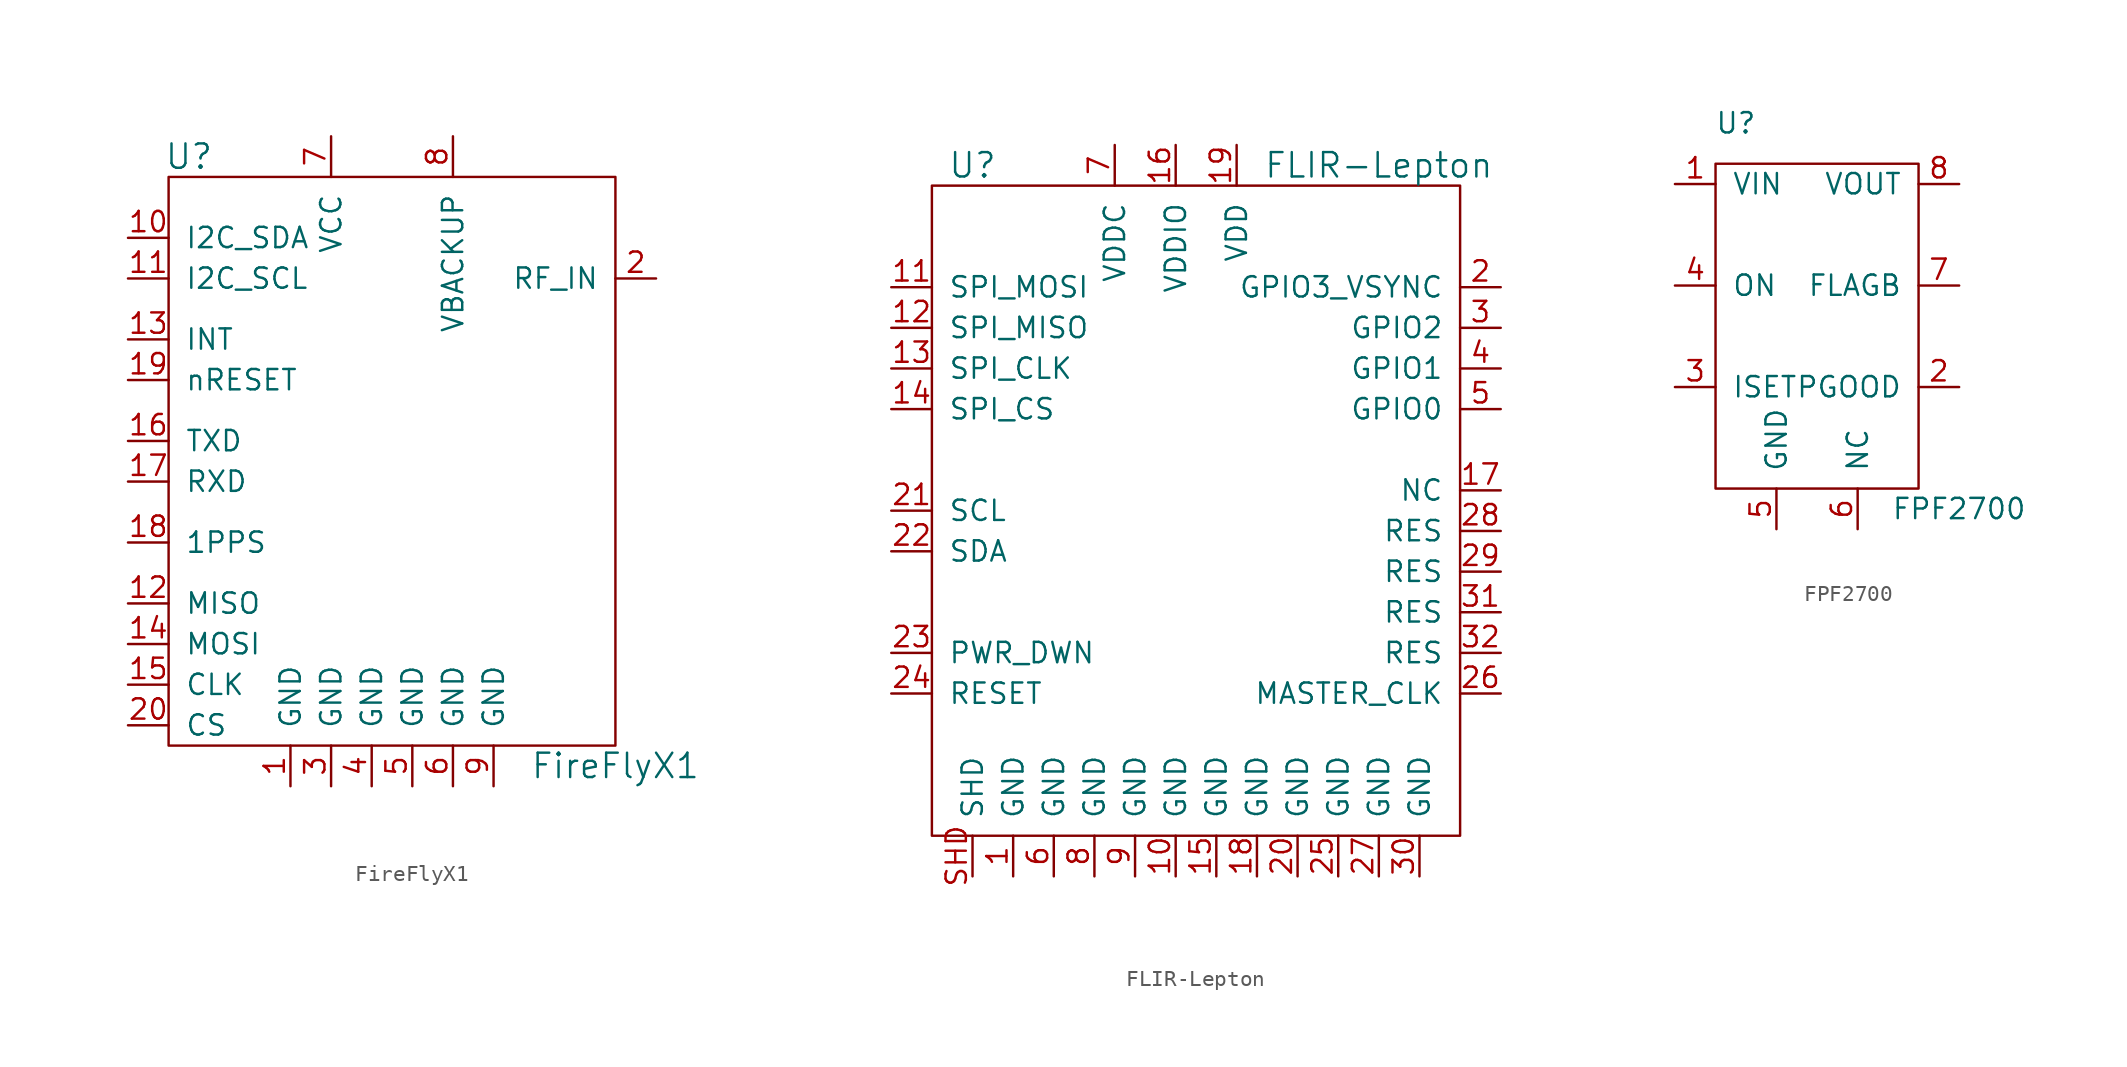
<source format=kicad_sym>
(kicad_symbol_lib
  (version 20210619)
  (generator kicad_symbol_editor)
  (symbol "tinkerforge:FireFlyX1"
    (pin_names
      (offset 1.016))
    (property "Reference" "U"
      (at -12.7 19.05 0)
      (effects (font (size 1.524 1.524))))
    (property "Value" "FireFlyX1"
      (at 13.97 -19.05 0)
      (effects (font (size 1.524 1.524))))
    (property "Footprint" ""
      (at 0 11.43 0)
      (effects (font (size 1.524 1.524))))
    (property "Datasheet" ""
      (at 0 11.43 0)
      (effects (font (size 1.524 1.524))))
    (symbol "FireFlyX1_0_1"
      (rectangle (start -13.97 17.78) (end 13.97 -17.78) (stroke (width 0)) (fill (type none))))
    (symbol "FireFlyX1_1_1"
      (pin passive line (at -6.35 -20.32 90) (length 2.54) (name "GND" (effects (font (size 1.27 1.27)))) (number "1" (effects (font (size 1.27 1.27)))))
      (pin passive line (at -16.51 13.97 0) (length 2.54) (name "I2C_SDA" (effects (font (size 1.27 1.27)))) (number "10" (effects (font (size 1.27 1.27)))))
      (pin passive line (at -16.51 11.43 0) (length 2.54) (name "I2C_SCL" (effects (font (size 1.27 1.27)))) (number "11" (effects (font (size 1.27 1.27)))))
      (pin passive line (at -16.51 -8.89 0) (length 2.54) (name "MISO" (effects (font (size 1.27 1.27)))) (number "12" (effects (font (size 1.27 1.27)))))
      (pin passive line (at -16.51 7.62 0) (length 2.54) (name "INT" (effects (font (size 1.27 1.27)))) (number "13" (effects (font (size 1.27 1.27)))))
      (pin passive line (at -16.51 -11.43 0) (length 2.54) (name "MOSI" (effects (font (size 1.27 1.27)))) (number "14" (effects (font (size 1.27 1.27)))))
      (pin passive line (at -16.51 -13.97 0) (length 2.54) (name "CLK" (effects (font (size 1.27 1.27)))) (number "15" (effects (font (size 1.27 1.27)))))
      (pin passive line (at -16.51 1.27 0) (length 2.54) (name "TXD" (effects (font (size 1.27 1.27)))) (number "16" (effects (font (size 1.27 1.27)))))
      (pin passive line (at -16.51 -1.27 0) (length 2.54) (name "RXD" (effects (font (size 1.27 1.27)))) (number "17" (effects (font (size 1.27 1.27)))))
      (pin passive line (at -16.51 -5.08 0) (length 2.54) (name "1PPS" (effects (font (size 1.27 1.27)))) (number "18" (effects (font (size 1.27 1.27)))))
      (pin passive line (at -16.51 5.08 0) (length 2.54) (name "nRESET" (effects (font (size 1.27 1.27)))) (number "19" (effects (font (size 1.27 1.27)))))
      (pin passive line (at 16.51 11.43 180) (length 2.54) (name "RF_IN" (effects (font (size 1.27 1.27)))) (number "2" (effects (font (size 1.27 1.27)))))
      (pin passive line (at -16.51 -16.51 0) (length 2.54) (name "CS" (effects (font (size 1.27 1.27)))) (number "20" (effects (font (size 1.27 1.27)))))
      (pin passive line (at -3.81 -20.32 90) (length 2.54) (name "GND" (effects (font (size 1.27 1.27)))) (number "3" (effects (font (size 1.27 1.27)))))
      (pin passive line (at -1.27 -20.32 90) (length 2.54) (name "GND" (effects (font (size 1.27 1.27)))) (number "4" (effects (font (size 1.27 1.27)))))
      (pin passive line (at 1.27 -20.32 90) (length 2.54) (name "GND" (effects (font (size 1.27 1.27)))) (number "5" (effects (font (size 1.27 1.27)))))
      (pin passive line (at 3.81 -20.32 90) (length 2.54) (name "GND" (effects (font (size 1.27 1.27)))) (number "6" (effects (font (size 1.27 1.27)))))
      (pin passive line (at -3.81 20.32 270) (length 2.54) (name "VCC" (effects (font (size 1.27 1.27)))) (number "7" (effects (font (size 1.27 1.27)))))
      (pin passive line (at 3.81 20.32 270) (length 2.54) (name "VBACKUP" (effects (font (size 1.27 1.27)))) (number "8" (effects (font (size 1.27 1.27)))))
      (pin passive line (at 6.35 -20.32 90) (length 2.54) (name "GND" (effects (font (size 1.27 1.27)))) (number "9" (effects (font (size 1.27 1.27)))))))
  (symbol "tinkerforge:FLIR-Lepton"
    (pin_names
      (offset 1.016))
    (property "Reference" "U"
      (at -13.97 21.59 0)
      (effects (font (size 1.524 1.524))))
    (property "Value" "FLIR-Lepton"
      (at 11.43 21.59 0)
      (effects (font (size 1.524 1.524))))
    (property "Footprint" ""
      (at 0 5.08 0)
      (effects (font (size 0.508 0.508))))
    (property "Datasheet" ""
      (at 0 5.08 0)
      (effects (font (size 0.508 0.508))))
    (symbol "FLIR-Lepton_0_1"
      (rectangle (start -16.51 20.32) (end 16.51 -20.32) (stroke (width 0)) (fill (type none))))
    (symbol "FLIR-Lepton_1_1"
      (pin passive line (at -11.43 -22.86 90) (length 2.54) (name "GND" (effects (font (size 1.27 1.27)))) (number "1" (effects (font (size 1.27 1.27)))))
      (pin passive line (at -1.27 -22.86 90) (length 2.54) (name "GND" (effects (font (size 1.27 1.27)))) (number "10" (effects (font (size 1.27 1.27)))))
      (pin passive line (at -19.05 13.97 0) (length 2.54) (name "SPI_MOSI" (effects (font (size 1.27 1.27)))) (number "11" (effects (font (size 1.27 1.27)))))
      (pin passive line (at -19.05 11.43 0) (length 2.54) (name "SPI_MISO" (effects (font (size 1.27 1.27)))) (number "12" (effects (font (size 1.27 1.27)))))
      (pin passive line (at -19.05 8.89 0) (length 2.54) (name "SPI_CLK" (effects (font (size 1.27 1.27)))) (number "13" (effects (font (size 1.27 1.27)))))
      (pin passive line (at -19.05 6.35 0) (length 2.54) (name "SPI_CS" (effects (font (size 1.27 1.27)))) (number "14" (effects (font (size 1.27 1.27)))))
      (pin passive line (at 1.27 -22.86 90) (length 2.54) (name "GND" (effects (font (size 1.27 1.27)))) (number "15" (effects (font (size 1.27 1.27)))))
      (pin passive line (at -1.27 22.86 270) (length 2.54) (name "VDDIO" (effects (font (size 1.27 1.27)))) (number "16" (effects (font (size 1.27 1.27)))))
      (pin passive line (at 19.05 1.27 180) (length 2.54) (name "NC" (effects (font (size 1.27 1.27)))) (number "17" (effects (font (size 1.27 1.27)))))
      (pin passive line (at 3.81 -22.86 90) (length 2.54) (name "GND" (effects (font (size 1.27 1.27)))) (number "18" (effects (font (size 1.27 1.27)))))
      (pin passive line (at 2.54 22.86 270) (length 2.54) (name "VDD" (effects (font (size 1.27 1.27)))) (number "19" (effects (font (size 1.27 1.27)))))
      (pin passive line (at 19.05 13.97 180) (length 2.54) (name "GPIO3_VSYNC" (effects (font (size 1.27 1.27)))) (number "2" (effects (font (size 1.27 1.27)))))
      (pin passive line (at 6.35 -22.86 90) (length 2.54) (name "GND" (effects (font (size 1.27 1.27)))) (number "20" (effects (font (size 1.27 1.27)))))
      (pin passive line (at -19.05 0 0) (length 2.54) (name "SCL" (effects (font (size 1.27 1.27)))) (number "21" (effects (font (size 1.27 1.27)))))
      (pin passive line (at -19.05 -2.54 0) (length 2.54) (name "SDA" (effects (font (size 1.27 1.27)))) (number "22" (effects (font (size 1.27 1.27)))))
      (pin passive line (at -19.05 -8.89 0) (length 2.54) (name "PWR_DWN" (effects (font (size 1.27 1.27)))) (number "23" (effects (font (size 1.27 1.27)))))
      (pin passive line (at -19.05 -11.43 0) (length 2.54) (name "RESET" (effects (font (size 1.27 1.27)))) (number "24" (effects (font (size 1.27 1.27)))))
      (pin passive line (at 8.89 -22.86 90) (length 2.54) (name "GND" (effects (font (size 1.27 1.27)))) (number "25" (effects (font (size 1.27 1.27)))))
      (pin passive line (at 19.05 -11.43 180) (length 2.54) (name "MASTER_CLK" (effects (font (size 1.27 1.27)))) (number "26" (effects (font (size 1.27 1.27)))))
      (pin passive line (at 11.43 -22.86 90) (length 2.54) (name "GND" (effects (font (size 1.27 1.27)))) (number "27" (effects (font (size 1.27 1.27)))))
      (pin passive line (at 19.05 -1.27 180) (length 2.54) (name "RES" (effects (font (size 1.27 1.27)))) (number "28" (effects (font (size 1.27 1.27)))))
      (pin passive line (at 19.05 -3.81 180) (length 2.54) (name "RES" (effects (font (size 1.27 1.27)))) (number "29" (effects (font (size 1.27 1.27)))))
      (pin passive line (at 19.05 11.43 180) (length 2.54) (name "GPIO2" (effects (font (size 1.27 1.27)))) (number "3" (effects (font (size 1.27 1.27)))))
      (pin passive line (at 13.97 -22.86 90) (length 2.54) (name "GND" (effects (font (size 1.27 1.27)))) (number "30" (effects (font (size 1.27 1.27)))))
      (pin passive line (at 19.05 -6.35 180) (length 2.54) (name "RES" (effects (font (size 1.27 1.27)))) (number "31" (effects (font (size 1.27 1.27)))))
      (pin passive line (at 19.05 -8.89 180) (length 2.54) (name "RES" (effects (font (size 1.27 1.27)))) (number "32" (effects (font (size 1.27 1.27)))))
      (pin passive line (at 19.05 8.89 180) (length 2.54) (name "GPIO1" (effects (font (size 1.27 1.27)))) (number "4" (effects (font (size 1.27 1.27)))))
      (pin passive line (at 19.05 6.35 180) (length 2.54) (name "GPIO0" (effects (font (size 1.27 1.27)))) (number "5" (effects (font (size 1.27 1.27)))))
      (pin passive line (at -8.89 -22.86 90) (length 2.54) (name "GND" (effects (font (size 1.27 1.27)))) (number "6" (effects (font (size 1.27 1.27)))))
      (pin passive line (at -5.08 22.86 270) (length 2.54) (name "VDDC" (effects (font (size 1.27 1.27)))) (number "7" (effects (font (size 1.27 1.27)))))
      (pin passive line (at -6.35 -22.86 90) (length 2.54) (name "GND" (effects (font (size 1.27 1.27)))) (number "8" (effects (font (size 1.27 1.27)))))
      (pin passive line (at -3.81 -22.86 90) (length 2.54) (name "GND" (effects (font (size 1.27 1.27)))) (number "9" (effects (font (size 1.27 1.27)))))
      (pin passive line (at -13.97 -22.86 90) (length 2.54) (name "SHD" (effects (font (size 1.27 1.27)))) (number "SHD" (effects (font (size 1.27 1.27)))))))
  (symbol "tinkerforge:FPF2700"
    (pin_names
      (offset 1.016))
    (property "Reference" "U"
      (at -5.08 10.16 0)
      (effects (font (size 1.27 1.27))))
    (property "Value" "FPF2700"
      (at 8.89 -13.97 0)
      (effects (font (size 1.27 1.27))))
    (symbol "FPF2700_0_1"
      (rectangle (start -6.35 7.62) (end 6.35 -12.7) (stroke (width 0)) (fill (type none))))
    (symbol "FPF2700_1_1"
      (pin passive line (at -8.89 6.35 0) (length 2.54) (name "VIN" (effects (font (size 1.27 1.27)))) (number "1" (effects (font (size 1.27 1.27)))))
      (pin passive line (at 8.89 -6.35 180) (length 2.54) (name "PGOOD" (effects (font (size 1.27 1.27)))) (number "2" (effects (font (size 1.27 1.27)))))
      (pin passive line (at -8.89 -6.35 0) (length 2.54) (name "ISET" (effects (font (size 1.27 1.27)))) (number "3" (effects (font (size 1.27 1.27)))))
      (pin passive line (at -8.89 0 0) (length 2.54) (name "ON" (effects (font (size 1.27 1.27)))) (number "4" (effects (font (size 1.27 1.27)))))
      (pin passive line (at -2.54 -15.24 90) (length 2.54) (name "GND" (effects (font (size 1.27 1.27)))) (number "5" (effects (font (size 1.27 1.27)))))
      (pin passive line (at 2.54 -15.24 90) (length 2.54) (name "NC" (effects (font (size 1.27 1.27)))) (number "6" (effects (font (size 1.27 1.27)))))
      (pin passive line (at 8.89 0 180) (length 2.54) (name "FLAGB" (effects (font (size 1.27 1.27)))) (number "7" (effects (font (size 1.27 1.27)))))
      (pin passive line (at 8.89 6.35 180) (length 2.54) (name "VOUT" (effects (font (size 1.27 1.27)))) (number "8" (effects (font (size 1.27 1.27))))))))
</source>
